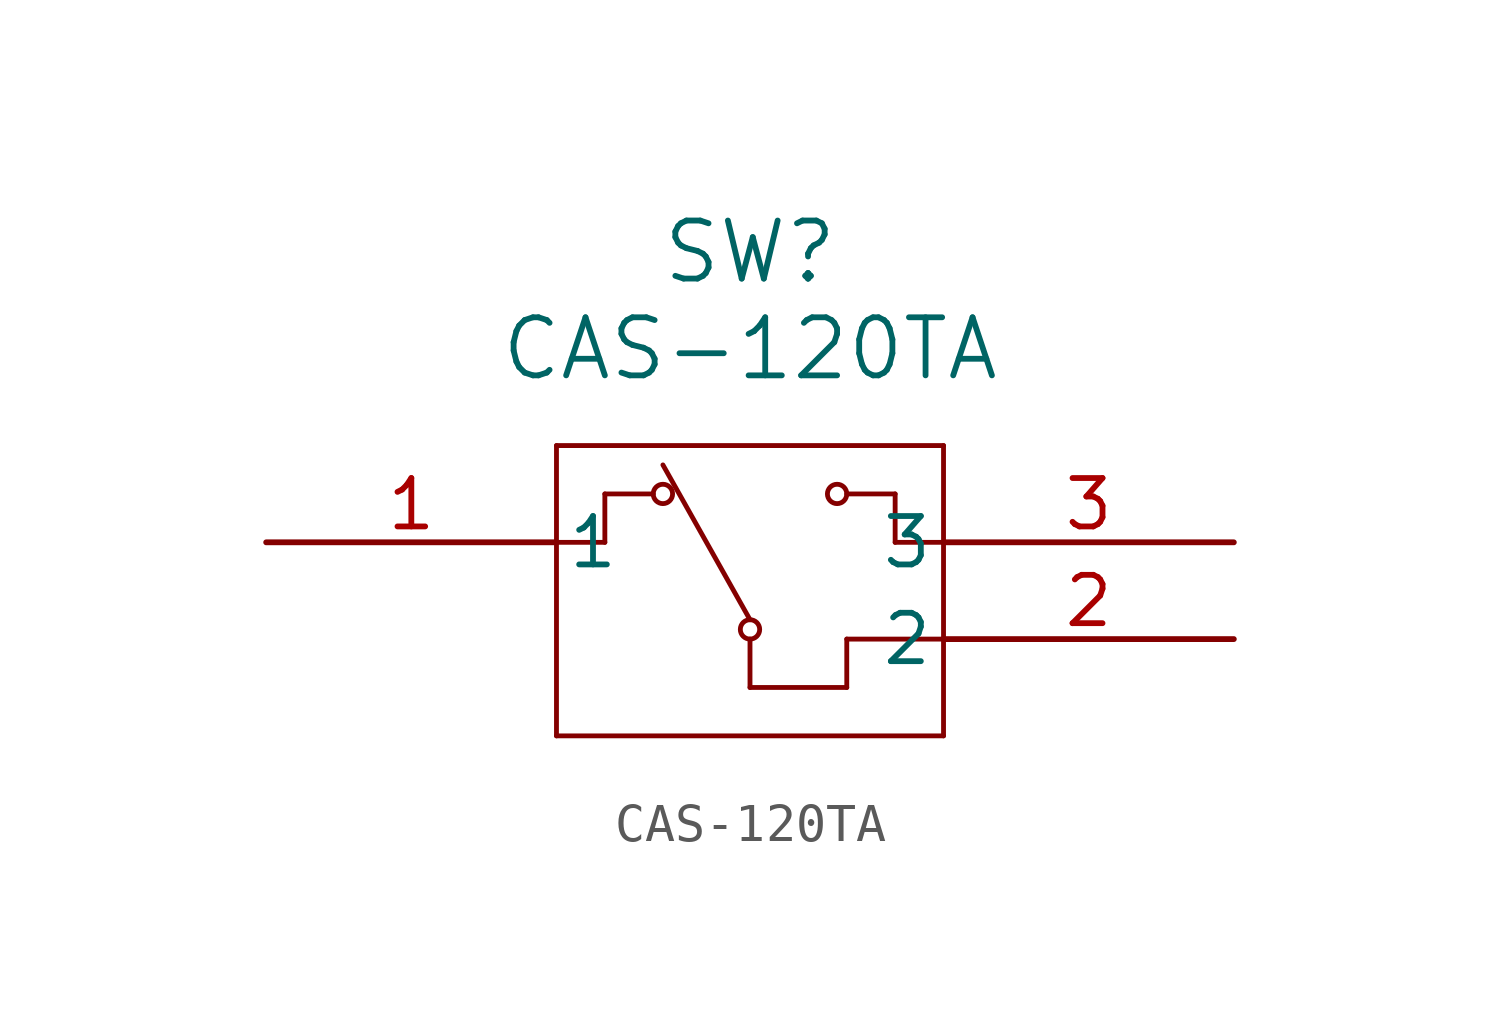
<source format=kicad_sym>
(kicad_symbol_lib
  (version 20211014)
  (generator kicad_symbol_editor)
  (symbol "CAS-120TA"
    (pin_names
      (offset 0.254))
    (property "Reference" "SW"
      (at 12.7 7.62 0)
      (effects (font (size 1.524 1.524))))
    (property "Value" "CAS-120TA"
      (at 12.7 5.08 0)
      (effects (font (size 1.524 1.524))))
    (symbol "CAS-120TA_0_1"
      (polyline (pts (xy 7.62 2.54) (xy 7.62 -5.08)) (stroke (width 0.127) (type default) (color 0 0 0 0)) (fill (type none)))
      (polyline (pts (xy 7.62 -5.08) (xy 17.78 -5.08)) (stroke (width 0.127) (type default) (color 0 0 0 0)) (fill (type none)))
      (polyline (pts (xy 17.78 -5.08) (xy 17.78 2.54)) (stroke (width 0.127) (type default) (color 0 0 0 0)) (fill (type none)))
      (polyline (pts (xy 17.78 2.54) (xy 7.62 2.54)) (stroke (width 0.127) (type default) (color 0 0 0 0)) (fill (type none)))
      (polyline (pts (xy 8.89 1.27) (xy 10.16 1.27)) (stroke (width 0.127) (type default) (color 0 0 0 0)) (fill (type none)))
      (polyline (pts (xy 16.51 0) (xy 17.78 0)) (stroke (width 0.127) (type default) (color 0 0 0 0)) (fill (type none)))
      (polyline (pts (xy 17.78 -2.54) (xy 15.24 -2.54)) (stroke (width 0.127) (type default) (color 0 0 0 0)) (fill (type none)))
      (polyline (pts (xy 15.24 -2.54) (xy 15.24 -3.81)) (stroke (width 0.127) (type default) (color 0 0 0 0)) (fill (type none)))
      (polyline (pts (xy 15.24 -3.81) (xy 12.7 -3.81)) (stroke (width 0.127) (type default) (color 0 0 0 0)) (fill (type none)))
      (polyline (pts (xy 12.7 -3.81) (xy 12.7 -2.54)) (stroke (width 0.127) (type default) (color 0 0 0 0)) (fill (type none)))
      (circle (center 10.414 1.27) (radius 0.254) (stroke (width 0.127) (type default) (color 0 0 0 0)) (fill (type none)))
      (circle (center 14.986 1.27) (radius 0.254) (stroke (width 0.127) (type default) (color 0 0 0 0)) (fill (type none)))
      (circle (center 12.7 -2.286) (radius 0.254) (stroke (width 0.127) (type default) (color 0 0 0 0)) (fill (type none)))
      (polyline (pts (xy 12.7 -2.032) (xy 10.414 2.032)) (stroke (width 0.127) (type default) (color 0 0 0 0)) (fill (type none)))
      (polyline (pts (xy 7.62 0) (xy 8.89 0)) (stroke (width 0.127) (type default) (color 0 0 0 0)) (fill (type none)))
      (polyline (pts (xy 8.89 0) (xy 8.89 1.27)) (stroke (width 0.127) (type default) (color 0 0 0 0)) (fill (type none)))
      (polyline (pts (xy 15.24 1.27) (xy 16.51 1.27)) (stroke (width 0.127) (type default) (color 0 0 0 0)) (fill (type none)))
      (polyline (pts (xy 16.51 1.27) (xy 16.51 0)) (stroke (width 0.127) (type default) (color 0 0 0 0)) (fill (type none)))
      (pin unspecified line (at 0 0 0) (length 7.62) (name "1" (effects (font (size 1.27 1.27)))) (number "1" (effects (font (size 1.27 1.27)))))
      (pin unspecified line (at 25.4 -2.54 180) (length 7.62) (name "2" (effects (font (size 1.27 1.27)))) (number "2" (effects (font (size 1.27 1.27)))))
      (pin unspecified line (at 25.4 0 180) (length 7.62) (name "3" (effects (font (size 1.27 1.27)))) (number "3" (effects (font (size 1.27 1.27))))))))
</source>
